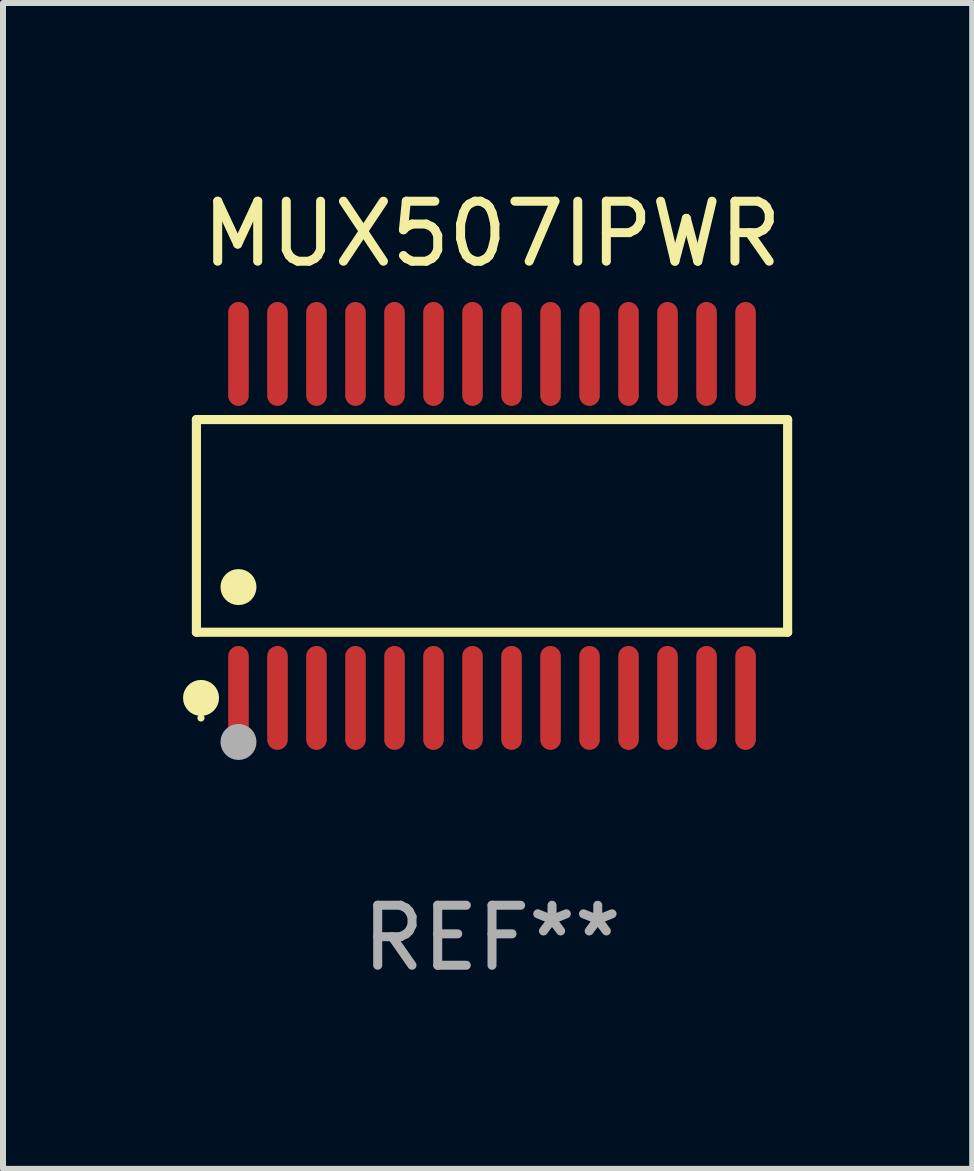
<source format=kicad_pcb>
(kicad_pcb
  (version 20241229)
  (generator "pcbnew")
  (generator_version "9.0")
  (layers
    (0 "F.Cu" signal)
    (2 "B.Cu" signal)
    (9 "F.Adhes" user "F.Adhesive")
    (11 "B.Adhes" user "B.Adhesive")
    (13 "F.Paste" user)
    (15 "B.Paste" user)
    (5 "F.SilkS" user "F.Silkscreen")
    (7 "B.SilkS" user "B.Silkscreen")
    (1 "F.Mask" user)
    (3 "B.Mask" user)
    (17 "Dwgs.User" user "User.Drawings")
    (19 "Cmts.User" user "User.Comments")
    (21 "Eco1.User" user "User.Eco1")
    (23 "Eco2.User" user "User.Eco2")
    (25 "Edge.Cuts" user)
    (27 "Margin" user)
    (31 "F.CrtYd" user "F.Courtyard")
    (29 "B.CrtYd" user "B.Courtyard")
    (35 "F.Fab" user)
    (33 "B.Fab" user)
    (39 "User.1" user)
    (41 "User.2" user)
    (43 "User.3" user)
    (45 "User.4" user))
  (footprint "MUX507IPWR"
    (layer "F.Cu")
    (at 5.149 5.714)
    (property "Reference" "MUX507IPWR" (at 0 -4.866 0) (layer "F.SilkS") (effects (font (size 1 1) (thickness 0.15))))
    (attr through_hole)
    (fp_line (start -4.926 -1.772) (end 4.926 -1.772) (stroke (width 0.152) (type solid)) (layer "F.SilkS"))
    (fp_line (start -4.926 1.771) (end -4.926 -1.772) (stroke (width 0.152) (type solid)) (layer "F.SilkS"))
    (fp_line (start 4.926 -1.772) (end 4.926 1.771) (stroke (width 0.152) (type solid)) (layer "F.SilkS"))
    (fp_line (start 4.926 1.771) (end -4.926 1.771) (stroke (width 0.152) (type solid)) (layer "F.SilkS"))
    (fp_circle (center -4.85 3.2) (end -4.82 3.2) (stroke (width 0.06) (type solid)) (fill no) (layer "F.SilkS"))
    (fp_circle (center -4.849 2.866) (end -4.699 2.866) (stroke (width 0.3) (type solid)) (fill no) (layer "F.SilkS"))
    (fp_circle (center -4.225 1.019) (end -4.075 1.019) (stroke (width 0.3) (type solid)) (fill no) (layer "F.SilkS"))
    (fp_circle (center -4.225 3.6) (end -4.075 3.6) (stroke (width 0.3) (type solid)) (fill no) (layer "F.Fab"))
    (fp_text user "REF**" (at 0 6.866 0) (layer "F.Fab") (effects (font (size 1 1) (thickness 0.15))))
    (pad "1" smd oval (at -4.225 2.866) (size 0.343 1.731) (layers "F.Cu" "F.Mask" "F.Paste"))
    (pad "2" smd oval (at -3.575 2.866) (size 0.343 1.731) (layers "F.Cu" "F.Mask" "F.Paste"))
    (pad "3" smd oval (at -2.925 2.866) (size 0.343 1.731) (layers "F.Cu" "F.Mask" "F.Paste"))
    (pad "4" smd oval (at -2.275 2.866) (size 0.343 1.731) (layers "F.Cu" "F.Mask" "F.Paste"))
    (pad "5" smd oval (at -1.625 2.866) (size 0.343 1.731) (layers "F.Cu" "F.Mask" "F.Paste"))
    (pad "6" smd oval (at -0.975 2.866) (size 0.343 1.731) (layers "F.Cu" "F.Mask" "F.Paste"))
    (pad "7" smd oval (at -0.325 2.866) (size 0.343 1.731) (layers "F.Cu" "F.Mask" "F.Paste"))
    (pad "8" smd oval (at 0.325 2.866) (size 0.343 1.731) (layers "F.Cu" "F.Mask" "F.Paste"))
    (pad "9" smd oval (at 0.975 2.866) (size 0.343 1.731) (layers "F.Cu" "F.Mask" "F.Paste"))
    (pad "10" smd oval (at 1.625 2.866) (size 0.343 1.731) (layers "F.Cu" "F.Mask" "F.Paste"))
    (pad "11" smd oval (at 2.275 2.866) (size 0.343 1.731) (layers "F.Cu" "F.Mask" "F.Paste"))
    (pad "12" smd oval (at 2.925 2.866) (size 0.343 1.731) (layers "F.Cu" "F.Mask" "F.Paste"))
    (pad "13" smd oval (at 3.575 2.866) (size 0.343 1.731) (layers "F.Cu" "F.Mask" "F.Paste"))
    (pad "14" smd oval (at 4.225 2.866) (size 0.343 1.731) (layers "F.Cu" "F.Mask" "F.Paste"))
    (pad "15" smd oval (at 4.225 -2.866) (size 0.343 1.731) (layers "F.Cu" "F.Mask" "F.Paste"))
    (pad "16" smd oval (at 3.575 -2.866) (size 0.343 1.731) (layers "F.Cu" "F.Mask" "F.Paste"))
    (pad "17" smd oval (at 2.925 -2.866) (size 0.343 1.731) (layers "F.Cu" "F.Mask" "F.Paste"))
    (pad "18" smd oval (at 2.275 -2.866) (size 0.343 1.731) (layers "F.Cu" "F.Mask" "F.Paste"))
    (pad "19" smd oval (at 1.625 -2.866) (size 0.343 1.731) (layers "F.Cu" "F.Mask" "F.Paste"))
    (pad "20" smd oval (at 0.975 -2.866) (size 0.343 1.731) (layers "F.Cu" "F.Mask" "F.Paste"))
    (pad "21" smd oval (at 0.325 -2.866) (size 0.343 1.731) (layers "F.Cu" "F.Mask" "F.Paste"))
    (pad "22" smd oval (at -0.325 -2.866) (size 0.343 1.731) (layers "F.Cu" "F.Mask" "F.Paste"))
    (pad "23" smd oval (at -0.975 -2.866) (size 0.343 1.731) (layers "F.Cu" "F.Mask" "F.Paste"))
    (pad "24" smd oval (at -1.625 -2.866) (size 0.343 1.731) (layers "F.Cu" "F.Mask" "F.Paste"))
    (pad "25" smd oval (at -2.275 -2.866) (size 0.343 1.731) (layers "F.Cu" "F.Mask" "F.Paste"))
    (pad "26" smd oval (at -2.925 -2.866) (size 0.343 1.731) (layers "F.Cu" "F.Mask" "F.Paste"))
    (pad "27" smd oval (at -3.575 -2.866) (size 0.343 1.731) (layers "F.Cu" "F.Mask" "F.Paste"))
    (pad "28" smd oval (at -4.225 -2.866) (size 0.343 1.731) (layers "F.Cu" "F.Mask" "F.Paste")))
  (gr_rect
    (start -3 -3)
    (end 13.151 16.428)
    (stroke (width 0.1) (type default))
    (fill no)
    (layer "Edge.Cuts")))
</source>
